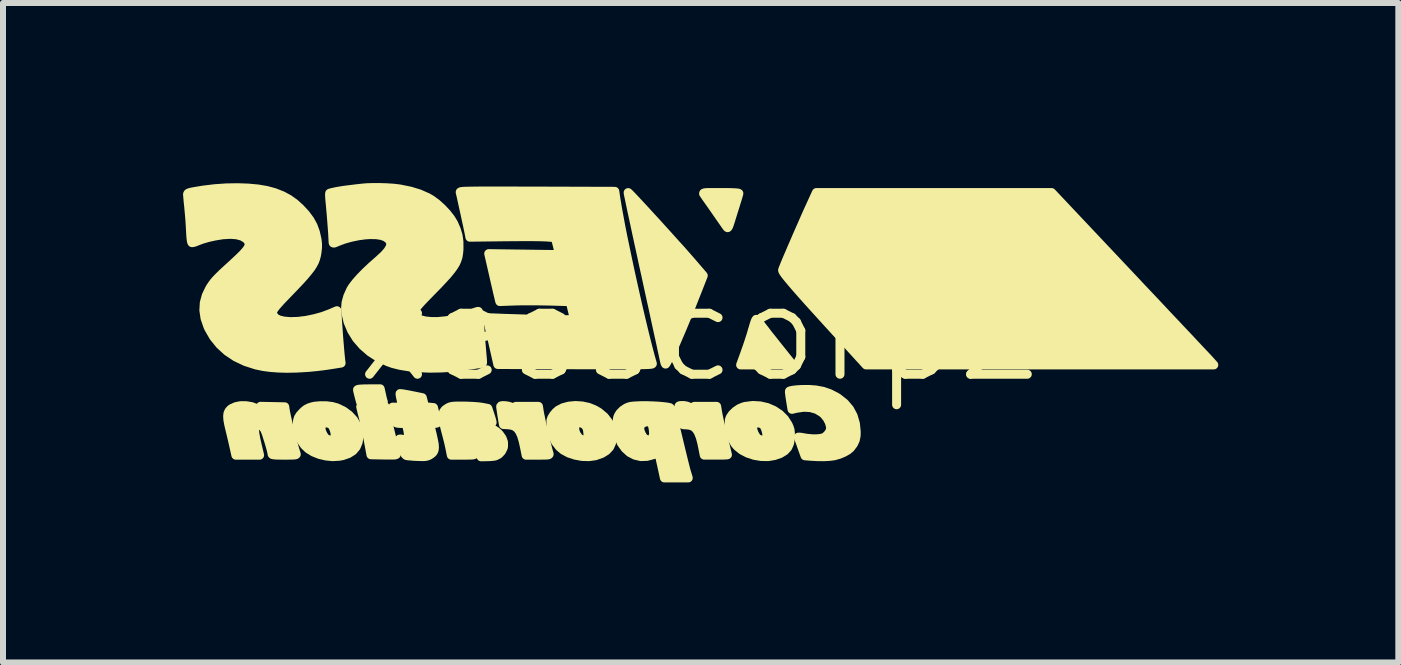
<source format=kicad_pcb>
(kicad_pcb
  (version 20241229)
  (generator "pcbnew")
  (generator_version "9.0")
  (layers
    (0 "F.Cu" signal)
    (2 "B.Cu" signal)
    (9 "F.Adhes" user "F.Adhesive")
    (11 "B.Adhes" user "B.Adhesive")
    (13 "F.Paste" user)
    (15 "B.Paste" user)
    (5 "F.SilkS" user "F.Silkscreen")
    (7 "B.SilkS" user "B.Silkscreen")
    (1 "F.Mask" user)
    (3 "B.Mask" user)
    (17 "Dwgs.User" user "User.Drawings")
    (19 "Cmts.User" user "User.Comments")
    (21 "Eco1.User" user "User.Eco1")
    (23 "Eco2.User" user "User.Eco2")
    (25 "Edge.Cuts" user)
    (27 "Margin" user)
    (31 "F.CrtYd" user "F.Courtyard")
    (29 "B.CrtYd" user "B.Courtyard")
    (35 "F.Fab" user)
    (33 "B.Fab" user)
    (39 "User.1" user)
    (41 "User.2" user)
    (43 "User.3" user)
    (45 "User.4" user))
  (footprint "xesscorp2"
    (layer "F.Cu")
    (at 8.623 2.488)
    (property "Reference" "xesscorp2" (at 0 0 0) (layer "F.SilkS") (effects (font (size 1.524 1.524) (thickness 0.15))))
    (attr through_hole)
    (fp_poly (pts (xy -5.716 0.955) (xy -5.716 0.955) (xy -5.713 0.974) (xy -5.704 1.011) (xy -5.692 1.059) (xy -5.691 1.063) (xy -5.666 1.158) (xy -5.474 1.162) (xy -5.405 1.163) (xy -5.349 1.162) (xy -5.308 1.16) (xy -5.289 1.157) (xy -5.287 1.155) (xy -5.293 1.138) (xy -5.303 1.101) (xy -5.314 1.052) (xy -5.316 1.042) (xy -5.339 0.94) (xy -5.528 0.941) (xy -5.606 0.942) (xy -5.666 0.945) (xy -5.703 0.949) (xy -5.716 0.955)) (stroke (width 0.15) (type solid)) (fill yes) (layer "F.SilkS"))
    (fp_poly (pts (xy 0.667 0.542) (xy 1.099 0.542) (xy 1.531 0.542) (xy 1.263 0.207) (xy 1.196 0.122) (xy 1.132 0.042) (xy 1.076 -0.031) (xy 1.028 -0.093) (xy 0.991 -0.141) (xy 0.968 -0.173) (xy 0.963 -0.181) (xy 0.948 -0.204) (xy 0.937 -0.217) (xy 0.927 -0.217) (xy 0.917 -0.202) (xy 0.904 -0.169) (xy 0.887 -0.116) (xy 0.865 -0.04) (xy 0.861 -0.027) (xy 0.838 0.051) (xy 0.808 0.144) (xy 0.776 0.24) (xy 0.744 0.329) (xy 0.74 0.342) (xy 0.667 0.542)) (stroke (width 0.15) (type solid)) (fill yes) (layer "F.SilkS"))
    (fp_poly (pts (xy -5.663 1.24) (xy -5.659 1.256) (xy -5.651 1.292) (xy -5.638 1.344) (xy -5.622 1.406) (xy -5.62 1.413) (xy -5.603 1.486) (xy -5.582 1.577) (xy -5.562 1.675) (xy -5.542 1.771) (xy -5.535 1.808) (xy -5.492 2.039) (xy -5.278 2.043) (xy -5.198 2.044) (xy -5.141 2.044) (xy -5.104 2.043) (xy -5.082 2.04) (xy -5.072 2.035) (xy -5.071 2.027) (xy -5.073 2.018) (xy -5.131 1.821) (xy -5.183 1.611) (xy -5.216 1.46) (xy -5.261 1.233) (xy -5.462 1.233) (xy -5.532 1.233) (xy -5.592 1.235) (xy -5.636 1.237) (xy -5.66 1.239) (xy -5.663 1.24)) (stroke (width 0.15) (type solid)) (fill yes) (layer "F.SilkS"))
    (fp_poly (pts (xy 0.05 -2.312) (xy 0.056 -2.304) (xy 0.056 -2.303) (xy 0.068 -2.286) (xy 0.093 -2.249) (xy 0.13 -2.197) (xy 0.175 -2.133) (xy 0.226 -2.06) (xy 0.281 -1.981) (xy 0.337 -1.9) (xy 0.393 -1.82) (xy 0.442 -1.75) (xy 0.45 -1.745) (xy 0.459 -1.753) (xy 0.471 -1.779) (xy 0.487 -1.826) (xy 0.501 -1.87) (xy 0.525 -1.948) (xy 0.553 -2.037) (xy 0.58 -2.123) (xy 0.59 -2.157) (xy 0.609 -2.217) (xy 0.624 -2.267) (xy 0.634 -2.302) (xy 0.637 -2.316) (xy 0.623 -2.321) (xy 0.584 -2.325) (xy 0.519 -2.328) (xy 0.429 -2.33) (xy 0.337 -2.33) (xy 0.24 -2.33) (xy 0.166 -2.33) (xy 0.114 -2.329) (xy 0.079 -2.327) (xy 0.059 -2.323) (xy 0.051 -2.319) (xy 0.05 -2.312)) (stroke (width 0.15) (type solid)) (fill yes) (layer "F.SilkS"))
    (fp_poly (pts (xy -3.331 1.234) (xy -3.329 1.255) (xy -3.323 1.296) (xy -3.315 1.35) (xy -3.308 1.394) (xy -3.285 1.535) (xy -3.207 1.539) (xy -3.144 1.547) (xy -3.093 1.567) (xy -3.05 1.6) (xy -3.015 1.649) (xy -2.984 1.717) (xy -2.957 1.807) (xy -2.932 1.92) (xy -2.907 2.046) (xy -2.712 2.046) (xy -2.636 2.045) (xy -2.583 2.044) (xy -2.549 2.042) (xy -2.531 2.038) (xy -2.524 2.031) (xy -2.525 2.022) (xy -2.525 2.022) (xy -2.537 1.98) (xy -2.553 1.919) (xy -2.572 1.842) (xy -2.593 1.755) (xy -2.614 1.664) (xy -2.635 1.574) (xy -2.654 1.491) (xy -2.669 1.42) (xy -2.68 1.366) (xy -2.685 1.341) (xy -2.702 1.233) (xy -2.89 1.233) (xy -3.078 1.233) (xy -3.069 1.268) (xy -3.065 1.288) (xy -3.07 1.295) (xy -3.087 1.287) (xy -3.12 1.265) (xy -3.133 1.256) (xy -3.165 1.241) (xy -3.207 1.229) (xy -3.252 1.222) (xy -3.293 1.22) (xy -3.322 1.224) (xy -3.331 1.234)) (stroke (width 0.15) (type solid)) (fill yes) (layer "F.SilkS"))
    (fp_poly (pts (xy -0.362 1.239) (xy -0.36 1.25) (xy -0.355 1.278) (xy -0.347 1.323) (xy -0.339 1.377) (xy -0.339 1.382) (xy -0.329 1.449) (xy -0.321 1.493) (xy -0.312 1.52) (xy -0.299 1.534) (xy -0.279 1.539) (xy -0.248 1.54) (xy -0.231 1.541) (xy -0.168 1.549) (xy -0.115 1.571) (xy -0.072 1.61) (xy -0.036 1.668) (xy -0.005 1.747) (xy 0.022 1.85) (xy 0.031 1.894) (xy 0.061 2.045) (xy 0.254 2.045) (xy 0.323 2.045) (xy 0.381 2.044) (xy 0.423 2.042) (xy 0.445 2.04) (xy 0.447 2.039) (xy 0.444 2.025) (xy 0.435 1.988) (xy 0.422 1.933) (xy 0.405 1.862) (xy 0.385 1.781) (xy 0.374 1.738) (xy 0.351 1.645) (xy 0.33 1.554) (xy 0.311 1.47) (xy 0.296 1.4) (xy 0.286 1.348) (xy 0.284 1.338) (xy 0.267 1.233) (xy 0.081 1.233) (xy -0.105 1.233) (xy -0.098 1.27) (xy -0.091 1.306) (xy -0.13 1.281) (xy -0.185 1.247) (xy -0.228 1.229) (xy -0.271 1.22) (xy -0.302 1.219) (xy -0.34 1.22) (xy -0.358 1.226) (xy -0.362 1.239)) (stroke (width 0.15) (type solid)) (fill yes) (layer "F.SilkS"))
    (fp_poly (pts (xy 1.366 -1.038) (xy 1.37 -1.023) (xy 1.386 -0.995) (xy 1.415 -0.955) (xy 1.458 -0.901) (xy 1.516 -0.832) (xy 1.588 -0.748) (xy 1.675 -0.649) (xy 1.779 -0.532) (xy 1.899 -0.399) (xy 2.036 -0.248) (xy 2.191 -0.078) (xy 2.254 -0.009) (xy 2.341 0.085) (xy 2.423 0.175) (xy 2.499 0.259) (xy 2.567 0.333) (xy 2.624 0.396) (xy 2.669 0.445) (xy 2.699 0.477) (xy 2.709 0.489) (xy 2.757 0.542) (xy 5.653 0.542) (xy 8.55 0.542) (xy 8.478 0.462) (xy 8.46 0.443) (xy 8.425 0.405) (xy 8.373 0.35) (xy 8.306 0.279) (xy 8.225 0.193) (xy 8.132 0.093) (xy 8.026 -0.019) (xy 7.91 -0.142) (xy 7.784 -0.275) (xy 7.651 -0.417) (xy 7.51 -0.567) (xy 7.362 -0.723) (xy 7.211 -0.884) (xy 7.126 -0.974) (xy 5.847 -2.33) (xy 3.888 -2.33) (xy 1.93 -2.33) (xy 1.817 -2.083) (xy 1.785 -2.013) (xy 1.748 -1.93) (xy 1.707 -1.836) (xy 1.663 -1.736) (xy 1.617 -1.632) (xy 1.572 -1.527) (xy 1.527 -1.425) (xy 1.486 -1.328) (xy 1.448 -1.24) (xy 1.416 -1.164) (xy 1.391 -1.103) (xy 1.374 -1.06) (xy 1.366 -1.039) (xy 1.366 -1.038)) (stroke (width 0.15) (type solid)) (fill yes) (layer "F.SilkS"))
    (fp_poly (pts (xy -2.494 1.475) (xy -2.49 1.604) (xy -2.464 1.72) (xy -2.417 1.822) (xy -2.351 1.907) (xy -2.287 1.961) (xy -2.194 2.011) (xy -2.098 2.043) (xy -2.098 1.619) (xy -2.096 1.566) (xy -2.076 1.528) (xy -2.042 1.508) (xy -1.996 1.507) (xy -1.953 1.523) (xy -1.911 1.558) (xy -1.886 1.611) (xy -1.877 1.685) (xy -1.876 1.691) (xy -1.878 1.736) (xy -1.884 1.761) (xy -1.898 1.777) (xy -1.91 1.784) (xy -1.954 1.795) (xy -1.998 1.78) (xy -2.03 1.756) (xy -2.057 1.723) (xy -2.08 1.682) (xy -2.081 1.682) (xy -2.098 1.619) (xy -2.098 2.043) (xy -2.087 2.046) (xy -1.973 2.067) (xy -1.861 2.07) (xy -1.758 2.056) (xy -1.748 2.053) (xy -1.647 2.017) (xy -1.571 1.97) (xy -1.517 1.912) (xy -1.484 1.84) (xy -1.478 1.816) (xy -1.466 1.749) (xy -1.465 1.695) (xy -1.474 1.643) (xy -1.486 1.604) (xy -1.535 1.497) (xy -1.605 1.407) (xy -1.697 1.33) (xy -1.768 1.289) (xy -1.867 1.249) (xy -1.975 1.226) (xy -2.086 1.219) (xy -2.194 1.229) (xy -2.292 1.255) (xy -2.369 1.295) (xy -2.411 1.331) (xy -2.45 1.378) (xy -2.48 1.427) (xy -2.494 1.47) (xy -2.494 1.475)) (stroke (width 0.15) (type solid)) (fill yes) (layer "F.SilkS"))
    (fp_poly (pts (xy -1.207 -2.329) (xy -1.205 -2.316) (xy -1.198 -2.279) (xy -1.185 -2.218) (xy -1.168 -2.136) (xy -1.147 -2.035) (xy -1.121 -1.916) (xy -1.092 -1.781) (xy -1.06 -1.631) (xy -1.025 -1.469) (xy -0.987 -1.296) (xy -0.948 -1.114) (xy -0.912 -0.952) (xy -0.871 -0.762) (xy -0.831 -0.579) (xy -0.792 -0.404) (xy -0.757 -0.24) (xy -0.724 -0.089) (xy -0.694 0.049) (xy -0.667 0.171) (xy -0.645 0.275) (xy -0.626 0.36) (xy -0.613 0.423) (xy -0.604 0.463) (xy -0.601 0.478) (xy -0.593 0.51) (xy -0.585 0.527) (xy -0.583 0.528) (xy -0.574 0.517) (xy -0.556 0.484) (xy -0.532 0.436) (xy -0.502 0.375) (xy -0.481 0.329) (xy -0.43 0.217) (xy -0.373 0.084) (xy -0.309 -0.065) (xy -0.243 -0.225) (xy -0.174 -0.392) (xy -0.107 -0.562) (xy -0.055 -0.693) (xy 0.044 -0.946) (xy -0.169 -1.194) (xy -0.214 -1.245) (xy -0.27 -1.309) (xy -0.336 -1.384) (xy -0.411 -1.466) (xy -0.491 -1.555) (xy -0.575 -1.648) (xy -0.661 -1.743) (xy -0.747 -1.838) (xy -0.832 -1.93) (xy -0.912 -2.018) (xy -0.987 -2.099) (xy -1.054 -2.171) (xy -1.111 -2.232) (xy -1.157 -2.28) (xy -1.189 -2.313) (xy -1.205 -2.328) (xy -1.207 -2.329)) (stroke (width 0.15) (type solid)) (fill yes) (layer "F.SilkS"))
    (fp_poly (pts (xy 0.474 1.555) (xy 0.488 1.66) (xy 0.521 1.76) (xy 0.57 1.85) (xy 0.609 1.897) (xy 0.689 1.962) (xy 0.787 2.013) (xy 0.867 2.039) (xy 0.867 1.598) (xy 0.875 1.561) (xy 0.889 1.532) (xy 0.909 1.512) (xy 0.934 1.505) (xy 0.965 1.508) (xy 1.007 1.518) (xy 1.041 1.536) (xy 1.044 1.539) (xy 1.066 1.57) (xy 1.086 1.618) (xy 1.1 1.671) (xy 1.105 1.719) (xy 1.103 1.739) (xy 1.083 1.773) (xy 1.047 1.791) (xy 1.003 1.792) (xy 0.958 1.774) (xy 0.943 1.763) (xy 0.916 1.729) (xy 0.89 1.681) (xy 0.872 1.631) (xy 0.867 1.598) (xy 0.867 2.039) (xy 0.897 2.049) (xy 1.012 2.068) (xy 1.128 2.069) (xy 1.23 2.052) (xy 1.327 2.018) (xy 1.4 1.973) (xy 1.452 1.916) (xy 1.483 1.844) (xy 1.496 1.754) (xy 1.497 1.727) (xy 1.495 1.666) (xy 1.489 1.62) (xy 1.475 1.578) (xy 1.457 1.538) (xy 1.396 1.443) (xy 1.315 1.363) (xy 1.218 1.299) (xy 1.109 1.252) (xy 0.992 1.225) (xy 0.87 1.218) (xy 0.747 1.233) (xy 0.712 1.242) (xy 0.646 1.27) (xy 0.584 1.312) (xy 0.531 1.363) (xy 0.494 1.417) (xy 0.48 1.456) (xy 0.474 1.555)) (stroke (width 0.15) (type solid)) (fill yes) (layer "F.SilkS"))
    (fp_poly (pts (xy -6.719 1.535) (xy -6.716 1.596) (xy -6.695 1.705) (xy -6.648 1.809) (xy -6.6 1.879) (xy -6.535 1.941) (xy -6.45 1.993) (xy -6.351 2.033) (xy -6.326 2.039) (xy -6.326 1.598) (xy -6.318 1.561) (xy -6.304 1.532) (xy -6.285 1.512) (xy -6.259 1.505) (xy -6.229 1.508) (xy -6.187 1.518) (xy -6.154 1.535) (xy -6.15 1.538) (xy -6.125 1.572) (xy -6.104 1.623) (xy -6.09 1.677) (xy -6.088 1.724) (xy -6.089 1.733) (xy -6.109 1.77) (xy -6.144 1.791) (xy -6.188 1.793) (xy -6.233 1.775) (xy -6.25 1.763) (xy -6.277 1.729) (xy -6.303 1.681) (xy -6.321 1.631) (xy -6.326 1.598) (xy -6.326 2.039) (xy -6.243 2.059) (xy -6.132 2.07) (xy -6.024 2.064) (xy -5.967 2.054) (xy -5.869 2.02) (xy -5.793 1.972) (xy -5.739 1.908) (xy -5.706 1.828) (xy -5.693 1.748) (xy -5.699 1.646) (xy -5.73 1.549) (xy -5.784 1.458) (xy -5.859 1.377) (xy -5.952 1.309) (xy -6.061 1.257) (xy -6.14 1.235) (xy -6.235 1.223) (xy -6.334 1.222) (xy -6.427 1.23) (xy -6.472 1.24) (xy -6.527 1.258) (xy -6.57 1.28) (xy -6.611 1.313) (xy -6.633 1.335) (xy -6.675 1.381) (xy -6.702 1.425) (xy -6.716 1.474) (xy -6.719 1.535)) (stroke (width 0.15) (type solid)) (fill yes) (layer "F.SilkS"))
    (fp_poly (pts (xy 1.48 0.995) (xy 1.484 1.031) (xy 1.491 1.083) (xy 1.499 1.134) (xy 1.523 1.282) (xy 1.598 1.264) (xy 1.719 1.247) (xy 1.831 1.253) (xy 1.933 1.282) (xy 2.021 1.334) (xy 2.059 1.367) (xy 2.111 1.432) (xy 2.148 1.505) (xy 2.166 1.578) (xy 2.167 1.599) (xy 2.156 1.645) (xy 2.126 1.693) (xy 2.085 1.734) (xy 2.059 1.751) (xy 2.01 1.766) (xy 1.941 1.773) (xy 1.86 1.773) (xy 1.772 1.765) (xy 1.717 1.756) (xy 1.672 1.748) (xy 1.64 1.745) (xy 1.628 1.746) (xy 1.629 1.746) (xy 1.634 1.762) (xy 1.647 1.797) (xy 1.666 1.847) (xy 1.686 1.905) (xy 1.74 2.056) (xy 1.841 2.064) (xy 1.948 2.07) (xy 2.053 2.071) (xy 2.147 2.066) (xy 2.224 2.056) (xy 2.235 2.053) (xy 2.312 2.031) (xy 2.385 2) (xy 2.449 1.964) (xy 2.495 1.926) (xy 2.499 1.921) (xy 2.548 1.855) (xy 2.577 1.792) (xy 2.591 1.722) (xy 2.593 1.659) (xy 2.579 1.52) (xy 2.542 1.393) (xy 2.482 1.28) (xy 2.398 1.181) (xy 2.291 1.096) (xy 2.255 1.074) (xy 2.147 1.019) (xy 2.039 0.982) (xy 1.921 0.96) (xy 1.822 0.952) (xy 1.755 0.951) (xy 1.685 0.952) (xy 1.616 0.956) (xy 1.556 0.962) (xy 1.51 0.97) (xy 1.483 0.978) (xy 1.481 0.98) (xy 1.48 0.995)) (stroke (width 0.15) (type solid)) (fill yes) (layer "F.SilkS"))
    (fp_poly (pts (xy -7.88 1.395) (xy -7.876 1.457) (xy -7.861 1.538) (xy -7.846 1.601) (xy -7.826 1.683) (xy -7.805 1.771) (xy -7.786 1.855) (xy -7.774 1.907) (xy -7.743 2.046) (xy -7.545 2.046) (xy -7.348 2.046) (xy -7.384 1.895) (xy -7.409 1.786) (xy -7.426 1.694) (xy -7.434 1.622) (xy -7.433 1.572) (xy -7.431 1.559) (xy -7.412 1.534) (xy -7.381 1.529) (xy -7.343 1.54) (xy -7.304 1.567) (xy -7.269 1.607) (xy -7.264 1.615) (xy -7.252 1.642) (xy -7.235 1.687) (xy -7.216 1.747) (xy -7.195 1.813) (xy -7.175 1.88) (xy -7.158 1.941) (xy -7.146 1.991) (xy -7.139 2.024) (xy -7.139 2.029) (xy -7.132 2.036) (xy -7.109 2.04) (xy -7.068 2.044) (xy -7.004 2.045) (xy -6.934 2.046) (xy -6.856 2.045) (xy -6.8 2.044) (xy -6.765 2.042) (xy -6.745 2.038) (xy -6.737 2.032) (xy -6.738 2.024) (xy -6.752 1.981) (xy -6.771 1.918) (xy -6.793 1.838) (xy -6.816 1.748) (xy -6.841 1.652) (xy -6.864 1.556) (xy -6.886 1.465) (xy -6.904 1.384) (xy -6.917 1.318) (xy -6.925 1.273) (xy -6.929 1.24) (xy -7.13 1.236) (xy -7.331 1.232) (xy -7.322 1.271) (xy -7.314 1.31) (xy -7.396 1.269) (xy -7.481 1.237) (xy -7.572 1.222) (xy -7.661 1.221) (xy -7.743 1.237) (xy -7.811 1.268) (xy -7.829 1.281) (xy -7.857 1.311) (xy -7.874 1.348) (xy -7.88 1.395)) (stroke (width 0.15) (type solid)) (fill yes) (layer "F.SilkS"))
    (fp_poly (pts (xy -5.131 1.246) (xy -5.105 1.369) (xy -5.094 1.425) (xy -5.083 1.47) (xy -5.075 1.499) (xy -5.073 1.505) (xy -5.056 1.512) (xy -5.021 1.516) (xy -4.987 1.517) (xy -4.908 1.517) (xy -4.892 1.572) (xy -4.88 1.621) (xy -4.87 1.677) (xy -4.868 1.692) (xy -4.864 1.733) (xy -4.869 1.756) (xy -4.883 1.77) (xy -4.89 1.774) (xy -4.929 1.784) (xy -4.974 1.781) (xy -4.999 1.777) (xy -5.015 1.778) (xy -5.021 1.787) (xy -5.018 1.808) (xy -5.006 1.845) (xy -4.984 1.902) (xy -4.97 1.939) (xy -4.944 1.998) (xy -4.922 2.034) (xy -4.902 2.051) (xy -4.9 2.052) (xy -4.874 2.056) (xy -4.829 2.06) (xy -4.77 2.065) (xy -4.721 2.067) (xy -4.653 2.069) (xy -4.605 2.069) (xy -4.572 2.065) (xy -4.545 2.057) (xy -4.521 2.046) (xy -4.484 2.022) (xy -4.457 1.996) (xy -4.441 1.964) (xy -4.435 1.921) (xy -4.438 1.865) (xy -4.452 1.792) (xy -4.473 1.697) (xy -4.478 1.677) (xy -4.492 1.62) (xy -4.503 1.573) (xy -4.51 1.541) (xy -4.511 1.532) (xy -4.499 1.523) (xy -4.468 1.518) (xy -4.45 1.517) (xy -4.414 1.515) (xy -4.392 1.51) (xy -4.39 1.507) (xy -4.393 1.49) (xy -4.402 1.454) (xy -4.414 1.403) (xy -4.421 1.375) (xy -4.451 1.253) (xy -4.525 1.246) (xy -4.599 1.24) (xy -4.618 1.164) (xy -4.637 1.088) (xy -4.82 1.051) (xy -4.886 1.038) (xy -4.943 1.028) (xy -4.984 1.022) (xy -5.006 1.02) (xy -5.007 1.02) (xy -5.007 1.035) (xy -5.001 1.07) (xy -4.991 1.117) (xy -4.987 1.136) (xy -4.962 1.246) (xy -5.046 1.246) (xy -5.131 1.246)) (stroke (width 0.15) (type solid)) (fill yes) (layer "F.SilkS"))
    (fp_poly (pts (xy -1.394 1.596) (xy -1.39 1.65) (xy -1.379 1.7) (xy -1.369 1.733) (xy -1.32 1.843) (xy -1.256 1.932) (xy -1.18 2.001) (xy -1.093 2.046) (xy -1.016 2.064) (xy -1.016 1.598) (xy -1.004 1.549) (xy -0.971 1.513) (xy -0.92 1.493) (xy -0.888 1.49) (xy -0.851 1.493) (xy -0.826 1.505) (xy -0.809 1.53) (xy -0.796 1.574) (xy -0.788 1.619) (xy -0.782 1.69) (xy -0.794 1.744) (xy -0.819 1.779) (xy -0.857 1.793) (xy -0.905 1.784) (xy -0.936 1.768) (xy -0.961 1.742) (xy -0.985 1.701) (xy -1.005 1.653) (xy -1.015 1.609) (xy -1.016 1.598) (xy -1.016 2.064) (xy -0.997 2.069) (xy -0.896 2.066) (xy -0.79 2.038) (xy -0.772 2.031) (xy -0.734 2.015) (xy -0.706 2.007) (xy -0.698 2.007) (xy -0.694 2.021) (xy -0.685 2.057) (xy -0.672 2.111) (xy -0.657 2.177) (xy -0.648 2.218) (xy -0.603 2.425) (xy -0.405 2.425) (xy -0.206 2.425) (xy -0.238 2.32) (xy -0.249 2.28) (xy -0.265 2.217) (xy -0.285 2.137) (xy -0.308 2.044) (xy -0.333 1.941) (xy -0.359 1.833) (xy -0.385 1.725) (xy -0.41 1.62) (xy -0.433 1.523) (xy -0.452 1.439) (xy -0.467 1.371) (xy -0.468 1.365) (xy -0.483 1.304) (xy -0.498 1.268) (xy -0.513 1.254) (xy -0.557 1.245) (xy -0.622 1.237) (xy -0.701 1.23) (xy -0.788 1.225) (xy -0.877 1.222) (xy -0.96 1.221) (xy -0.997 1.222) (xy -1.073 1.225) (xy -1.129 1.229) (xy -1.17 1.235) (xy -1.202 1.244) (xy -1.232 1.257) (xy -1.242 1.262) (xy -1.297 1.299) (xy -1.343 1.346) (xy -1.347 1.352) (xy -1.367 1.384) (xy -1.38 1.414) (xy -1.387 1.452) (xy -1.391 1.506) (xy -1.393 1.527) (xy -1.394 1.596)) (stroke (width 0.15) (type solid)) (fill yes) (layer "F.SilkS"))
    (fp_poly (pts (xy -4.292 1.377) (xy -4.289 1.448) (xy -4.272 1.541) (xy -4.249 1.634) (xy -4.228 1.713) (xy -4.207 1.795) (xy -4.189 1.871) (xy -4.177 1.927) (xy -4.153 2.046) (xy -3.958 2.046) (xy -3.881 2.045) (xy -3.828 2.044) (xy -3.794 2.042) (xy -3.776 2.037) (xy -3.77 2.031) (xy -3.771 2.024) (xy -3.778 2.003) (xy -3.788 1.963) (xy -3.802 1.912) (xy -3.816 1.856) (xy -3.829 1.804) (xy -3.838 1.762) (xy -3.839 1.759) (xy -3.839 1.746) (xy -3.825 1.743) (xy -3.795 1.751) (xy -3.729 1.773) (xy -3.687 1.799) (xy -3.671 1.826) (xy -3.671 1.829) (xy -3.679 1.85) (xy -3.704 1.859) (xy -3.742 1.858) (xy -3.752 1.861) (xy -3.752 1.874) (xy -3.742 1.902) (xy -3.72 1.948) (xy -3.712 1.964) (xy -3.657 2.073) (xy -3.559 2.071) (xy -3.504 2.069) (xy -3.453 2.064) (xy -3.419 2.058) (xy -3.363 2.029) (xy -3.318 1.981) (xy -3.289 1.923) (xy -3.284 1.902) (xy -3.284 1.83) (xy -3.308 1.763) (xy -3.356 1.696) (xy -3.372 1.679) (xy -3.412 1.645) (xy -3.457 1.616) (xy -3.512 1.591) (xy -3.582 1.568) (xy -3.672 1.545) (xy -3.738 1.531) (xy -3.812 1.513) (xy -3.86 1.495) (xy -3.884 1.477) (xy -3.886 1.457) (xy -3.867 1.436) (xy -3.841 1.428) (xy -3.794 1.429) (xy -3.733 1.436) (xy -3.662 1.451) (xy -3.587 1.471) (xy -3.565 1.478) (xy -3.521 1.492) (xy -3.489 1.5) (xy -3.474 1.501) (xy -3.476 1.487) (xy -3.485 1.453) (xy -3.499 1.406) (xy -3.507 1.381) (xy -3.545 1.267) (xy -3.645 1.248) (xy -3.697 1.241) (xy -3.766 1.235) (xy -3.847 1.231) (xy -3.929 1.228) (xy -3.949 1.228) (xy -4.033 1.228) (xy -4.096 1.229) (xy -4.143 1.234) (xy -4.179 1.243) (xy -4.209 1.258) (xy -4.241 1.279) (xy -4.259 1.293) (xy -4.282 1.325) (xy -4.292 1.377)) (stroke (width 0.15) (type solid)) (fill yes) (layer "F.SilkS"))
    (fp_poly (pts (xy -4.005 -2.338) (xy -4.005 -2.334) (xy -4.005 -2.333) (xy -4 -2.313) (xy -3.99 -2.271) (xy -3.977 -2.211) (xy -3.961 -2.138) (xy -3.943 -2.057) (xy -3.924 -1.971) (xy -3.906 -1.886) (xy -3.888 -1.805) (xy -3.873 -1.734) (xy -3.861 -1.676) (xy -3.853 -1.637) (xy -3.85 -1.623) (xy -3.844 -1.586) (xy -3.267 -1.593) (xy -3.138 -1.594) (xy -3.013 -1.595) (xy -2.895 -1.595) (xy -2.788 -1.595) (xy -2.695 -1.594) (xy -2.621 -1.592) (xy -2.568 -1.59) (xy -2.554 -1.589) (xy -2.42 -1.578) (xy -2.397 -1.487) (xy -2.383 -1.432) (xy -2.371 -1.38) (xy -2.364 -1.346) (xy -2.355 -1.296) (xy -2.943 -1.304) (xy -3.53 -1.312) (xy -3.447 -0.95) (xy -3.425 -0.853) (xy -3.404 -0.763) (xy -3.386 -0.684) (xy -3.371 -0.62) (xy -3.36 -0.575) (xy -3.355 -0.552) (xy -3.355 -0.551) (xy -3.345 -0.514) (xy -3.105 -0.523) (xy -3.02 -0.525) (xy -2.915 -0.526) (xy -2.799 -0.526) (xy -2.679 -0.525) (xy -2.563 -0.523) (xy -2.519 -0.522) (xy -2.172 -0.512) (xy -2.141 -0.381) (xy -2.127 -0.324) (xy -2.115 -0.276) (xy -2.107 -0.244) (xy -2.104 -0.236) (xy -2.113 -0.226) (xy -2.147 -0.217) (xy -2.184 -0.213) (xy -2.219 -0.211) (xy -2.278 -0.211) (xy -2.358 -0.211) (xy -2.456 -0.212) (xy -2.57 -0.214) (xy -2.695 -0.217) (xy -2.83 -0.22) (xy -2.971 -0.224) (xy -3.115 -0.229) (xy -3.259 -0.233) (xy -3.355 -0.237) (xy -3.561 -0.245) (xy -3.547 -0.194) (xy -3.54 -0.166) (xy -3.528 -0.117) (xy -3.512 -0.05) (xy -3.493 0.031) (xy -3.472 0.122) (xy -3.455 0.196) (xy -3.378 0.535) (xy -2.088 0.539) (xy -1.872 0.539) (xy -1.681 0.54) (xy -1.515 0.54) (xy -1.37 0.54) (xy -1.247 0.54) (xy -1.143 0.54) (xy -1.056 0.539) (xy -0.985 0.538) (xy -0.929 0.537) (xy -0.885 0.535) (xy -0.853 0.534) (xy -0.83 0.531) (xy -0.816 0.529) (xy -0.808 0.526) (xy -0.804 0.522) (xy -0.805 0.518) (xy -0.805 0.518) (xy -0.835 0.413) (xy -0.869 0.285) (xy -0.907 0.136) (xy -0.948 -0.03) (xy -0.991 -0.209) (xy -1.036 -0.4) (xy -1.081 -0.597) (xy -1.126 -0.799) (xy -1.171 -1.002) (xy -1.214 -1.203) (xy -1.255 -1.399) (xy -1.294 -1.586) (xy -1.329 -1.762) (xy -1.359 -1.923) (xy -1.385 -2.065) (xy -1.405 -2.187) (xy -1.408 -2.201) (xy -1.43 -2.35) (xy -2.721 -2.354) (xy -2.937 -2.354) (xy -3.128 -2.355) (xy -3.294 -2.355) (xy -3.438 -2.355) (xy -3.562 -2.355) (xy -3.666 -2.355) (xy -3.753 -2.354) (xy -3.824 -2.353) (xy -3.88 -2.352) (xy -3.924 -2.351) (xy -3.956 -2.349) (xy -3.979 -2.347) (xy -3.993 -2.344) (xy -4.001 -2.341) (xy -4.005 -2.338)) (stroke (width 0.15) (type solid)) (fill yes) (layer "F.SilkS"))
    (fp_poly (pts (xy -8.548 -2.297) (xy -8.546 -2.274) (xy -8.542 -2.229) (xy -8.537 -2.17) (xy -8.529 -2.101) (xy -8.528 -2.086) (xy -8.52 -1.999) (xy -8.511 -1.898) (xy -8.504 -1.795) (xy -8.499 -1.702) (xy -8.494 -1.613) (xy -8.488 -1.548) (xy -8.481 -1.508) (xy -8.474 -1.495) (xy -8.454 -1.497) (xy -8.418 -1.508) (xy -8.385 -1.522) (xy -8.304 -1.552) (xy -8.204 -1.581) (xy -8.096 -1.605) (xy -7.987 -1.623) (xy -7.957 -1.627) (xy -7.833 -1.634) (xy -7.727 -1.626) (xy -7.64 -1.603) (xy -7.575 -1.564) (xy -7.552 -1.542) (xy -7.531 -1.511) (xy -7.521 -1.479) (xy -7.524 -1.445) (xy -7.541 -1.405) (xy -7.574 -1.359) (xy -7.625 -1.302) (xy -7.693 -1.235) (xy -7.781 -1.153) (xy -7.797 -1.138) (xy -7.888 -1.055) (xy -7.962 -0.987) (xy -8.02 -0.93) (xy -8.067 -0.882) (xy -8.104 -0.84) (xy -8.134 -0.8) (xy -8.161 -0.76) (xy -8.176 -0.737) (xy -8.235 -0.616) (xy -8.269 -0.493) (xy -8.276 -0.368) (xy -8.257 -0.238) (xy -8.211 -0.104) (xy -8.197 -0.072) (xy -8.114 0.073) (xy -8.01 0.202) (xy -7.886 0.315) (xy -7.743 0.41) (xy -7.583 0.486) (xy -7.406 0.543) (xy -7.281 0.569) (xy -7.167 0.584) (xy -7.033 0.594) (xy -6.888 0.598) (xy -6.74 0.595) (xy -6.699 0.593) (xy -6.544 0.584) (xy -6.399 0.57) (xy -6.251 0.552) (xy -6.128 0.533) (xy -5.99 0.511) (xy -5.996 0.469) (xy -6 0.431) (xy -6.006 0.371) (xy -6.013 0.294) (xy -6.02 0.207) (xy -6.028 0.114) (xy -6.035 0.02) (xy -6.041 -0.068) (xy -6.047 -0.147) (xy -6.05 -0.198) (xy -6.059 -0.361) (xy -6.166 -0.315) (xy -6.293 -0.267) (xy -6.43 -0.229) (xy -6.57 -0.2) (xy -6.707 -0.183) (xy -6.834 -0.179) (xy -6.942 -0.188) (xy -7.021 -0.206) (xy -7.077 -0.233) (xy -7.113 -0.272) (xy -7.121 -0.286) (xy -7.13 -0.308) (xy -7.133 -0.331) (xy -7.127 -0.356) (xy -7.112 -0.386) (xy -7.086 -0.423) (xy -7.046 -0.47) (xy -6.992 -0.53) (xy -6.921 -0.604) (xy -6.871 -0.656) (xy -6.764 -0.767) (xy -6.675 -0.861) (xy -6.602 -0.942) (xy -6.544 -1.012) (xy -6.497 -1.072) (xy -6.462 -1.126) (xy -6.435 -1.177) (xy -6.416 -1.226) (xy -6.402 -1.277) (xy -6.392 -1.331) (xy -6.391 -1.341) (xy -6.383 -1.415) (xy -6.383 -1.48) (xy -6.391 -1.545) (xy -6.418 -1.667) (xy -6.457 -1.774) (xy -6.511 -1.873) (xy -6.583 -1.97) (xy -6.672 -2.066) (xy -6.766 -2.151) (xy -6.863 -2.22) (xy -6.971 -2.278) (xy -7.099 -2.328) (xy -7.105 -2.33) (xy -7.23 -2.364) (xy -7.376 -2.389) (xy -7.539 -2.404) (xy -7.715 -2.41) (xy -7.901 -2.407) (xy -8.091 -2.394) (xy -8.282 -2.371) (xy -8.423 -2.348) (xy -8.482 -2.337) (xy -8.519 -2.327) (xy -8.539 -2.318) (xy -8.547 -2.306) (xy -8.548 -2.297)) (stroke (width 0.15) (type solid)) (fill yes) (layer "F.SilkS"))
    (fp_poly (pts (xy -6.182 -2.302) (xy -6.181 -2.265) (xy -6.177 -2.211) (xy -6.171 -2.147) (xy -6.17 -2.14) (xy -6.165 -2.081) (xy -6.158 -2.007) (xy -6.151 -1.922) (xy -6.144 -1.832) (xy -6.137 -1.742) (xy -6.131 -1.659) (xy -6.127 -1.586) (xy -6.124 -1.531) (xy -6.123 -1.501) (xy -6.12 -1.49) (xy -6.108 -1.488) (xy -6.082 -1.497) (xy -6.038 -1.516) (xy -5.941 -1.552) (xy -5.827 -1.584) (xy -5.707 -1.609) (xy -5.589 -1.625) (xy -5.507 -1.63) (xy -5.401 -1.628) (xy -5.317 -1.615) (xy -5.252 -1.592) (xy -5.202 -1.558) (xy -5.201 -1.557) (xy -5.17 -1.515) (xy -5.161 -1.468) (xy -5.174 -1.415) (xy -5.212 -1.354) (xy -5.273 -1.285) (xy -5.359 -1.206) (xy -5.361 -1.204) (xy -5.477 -1.102) (xy -5.582 -1.003) (xy -5.672 -0.911) (xy -5.745 -0.828) (xy -5.8 -0.756) (xy -5.828 -0.711) (xy -5.878 -0.6) (xy -5.907 -0.497) (xy -5.915 -0.398) (xy -5.909 -0.323) (xy -5.874 -0.174) (xy -5.814 -0.032) (xy -5.732 0.1) (xy -5.628 0.22) (xy -5.506 0.326) (xy -5.366 0.416) (xy -5.211 0.489) (xy -5.127 0.519) (xy -5.002 0.55) (xy -4.854 0.574) (xy -4.69 0.589) (xy -4.513 0.596) (xy -4.327 0.593) (xy -4.138 0.582) (xy -4.132 0.581) (xy -4.08 0.576) (xy -4.016 0.568) (xy -3.944 0.559) (xy -3.869 0.549) (xy -3.797 0.538) (xy -3.732 0.528) (xy -3.68 0.52) (xy -3.646 0.513) (xy -3.634 0.509) (xy -3.633 0.495) (xy -3.635 0.459) (xy -3.639 0.408) (xy -3.644 0.357) (xy -3.649 0.296) (xy -3.656 0.214) (xy -3.664 0.121) (xy -3.671 0.023) (xy -3.677 -0.066) (xy -3.683 -0.149) (xy -3.69 -0.223) (xy -3.695 -0.284) (xy -3.7 -0.327) (xy -3.703 -0.348) (xy -3.704 -0.349) (xy -3.719 -0.348) (xy -3.751 -0.337) (xy -3.789 -0.322) (xy -3.933 -0.267) (xy -4.084 -0.224) (xy -4.236 -0.194) (xy -4.381 -0.18) (xy -4.484 -0.18) (xy -4.588 -0.19) (xy -4.667 -0.21) (xy -4.722 -0.238) (xy -4.755 -0.277) (xy -4.766 -0.326) (xy -4.762 -0.36) (xy -4.757 -0.378) (xy -4.745 -0.399) (xy -4.725 -0.427) (xy -4.695 -0.463) (xy -4.653 -0.51) (xy -4.596 -0.57) (xy -4.523 -0.645) (xy -4.486 -0.683) (xy -4.379 -0.792) (xy -4.291 -0.886) (xy -4.218 -0.966) (xy -4.161 -1.036) (xy -4.116 -1.097) (xy -4.082 -1.153) (xy -4.059 -1.206) (xy -4.042 -1.259) (xy -4.033 -1.314) (xy -4.027 -1.374) (xy -4.026 -1.402) (xy -4.027 -1.513) (xy -4.041 -1.613) (xy -4.07 -1.71) (xy -4.115 -1.815) (xy -4.164 -1.896) (xy -4.231 -1.982) (xy -4.311 -2.067) (xy -4.397 -2.145) (xy -4.484 -2.209) (xy -4.545 -2.245) (xy -4.685 -2.307) (xy -4.835 -2.353) (xy -5.001 -2.387) (xy -5.025 -2.391) (xy -5.119 -2.402) (xy -5.228 -2.409) (xy -5.344 -2.413) (xy -5.458 -2.413) (xy -5.56 -2.41) (xy -5.618 -2.405) (xy -5.73 -2.393) (xy -5.819 -2.382) (xy -5.892 -2.373) (xy -5.953 -2.365) (xy -6.007 -2.356) (xy -6.055 -2.348) (xy -6.108 -2.337) (xy -6.151 -2.327) (xy -6.176 -2.32) (xy -6.18 -2.318) (xy -6.182 -2.302)) (stroke (width 0.15) (type solid)) (fill yes) (layer "F.SilkS")))
  (gr_rect
    (start -3 -3)
    (end 20.248 7.988)
    (stroke (width 0.1) (type default))
    (fill no)
    (layer "Edge.Cuts")))
</source>
